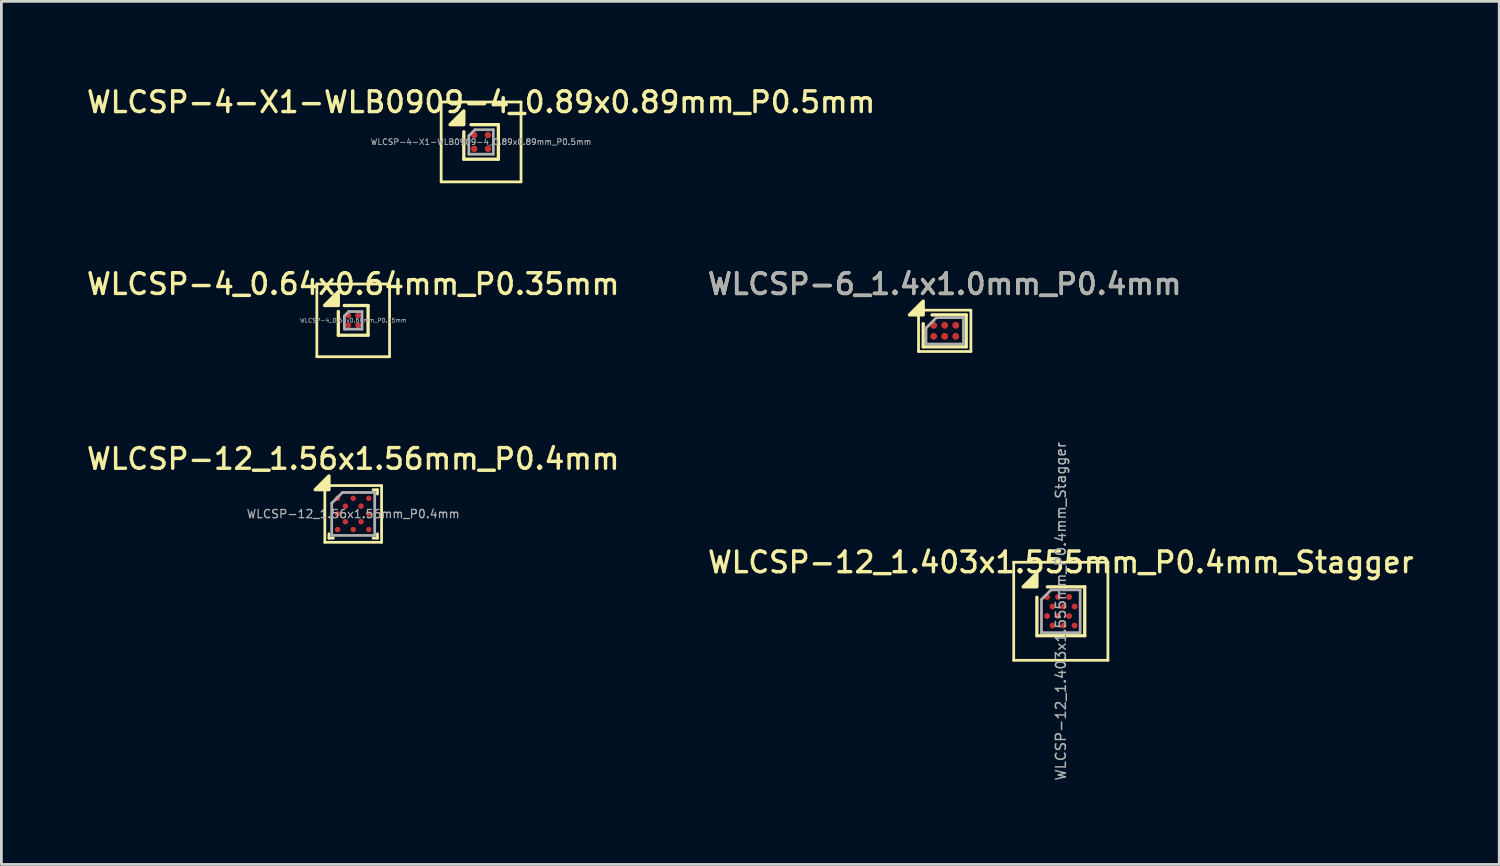
<source format=kicad_pcb>
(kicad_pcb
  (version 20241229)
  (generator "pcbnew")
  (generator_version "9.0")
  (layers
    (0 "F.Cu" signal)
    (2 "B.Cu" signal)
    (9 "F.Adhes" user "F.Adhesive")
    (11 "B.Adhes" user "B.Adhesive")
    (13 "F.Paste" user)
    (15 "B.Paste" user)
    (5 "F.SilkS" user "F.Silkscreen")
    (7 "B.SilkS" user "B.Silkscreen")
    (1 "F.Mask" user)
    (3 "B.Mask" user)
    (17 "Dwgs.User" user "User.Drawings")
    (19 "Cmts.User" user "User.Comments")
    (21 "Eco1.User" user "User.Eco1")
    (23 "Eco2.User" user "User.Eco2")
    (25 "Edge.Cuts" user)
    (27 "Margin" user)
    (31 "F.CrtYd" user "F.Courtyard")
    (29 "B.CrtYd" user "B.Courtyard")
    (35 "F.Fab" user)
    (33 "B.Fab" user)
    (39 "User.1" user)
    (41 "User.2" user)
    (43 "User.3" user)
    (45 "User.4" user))
  (footprint "WLCSP-12_1.56x1.56mm_P0.4mm"
    (layer "F.Cu")
    (at 9.773 15.609)
    (property "Reference" "WLCSP-12_1.56x1.56mm_P0.4mm" (at 0 -2 0) (layer "F.SilkS") (effects (font (size 0.75 0.75) (thickness 0.125))))
    (attr smd)
    (fp_line (start -1.03 -1.03) (end -1.03 1.03) (stroke (width 0.1) (type solid)) (layer "F.SilkS"))
    (fp_line (start -1.03 -1.03) (end 1.03 -1.03) (stroke (width 0.1) (type solid)) (layer "F.SilkS"))
    (fp_line (start -1.03 1.03) (end 1.03 1.03) (stroke (width 0.1) (type solid)) (layer "F.SilkS"))
    (fp_line (start -0.88 0.88) (end -0.88 0.72) (stroke (width 0.1) (type solid)) (layer "F.SilkS"))
    (fp_line (start -0.88 0.88) (end -0.72 0.88) (stroke (width 0.1) (type solid)) (layer "F.SilkS"))
    (fp_line (start 0.88 -0.88) (end 0.72 -0.88) (stroke (width 0.1) (type solid)) (layer "F.SilkS"))
    (fp_line (start 0.88 -0.88) (end 0.88 -0.72) (stroke (width 0.1) (type solid)) (layer "F.SilkS"))
    (fp_line (start 0.88 0.88) (end 0.72 0.88) (stroke (width 0.1) (type solid)) (layer "F.SilkS"))
    (fp_line (start 0.88 0.88) (end 0.88 0.72) (stroke (width 0.1) (type solid)) (layer "F.SilkS"))
    (fp_line (start 1.03 -1.03) (end 1.03 1.03) (stroke (width 0.1) (type solid)) (layer "F.SilkS"))
    (fp_poly (pts (xy -0.88 -0.88) (xy -1.38 -0.88) (xy -0.88 -1.38) (xy -0.88 -0.88)) (stroke (width 0.12) (type solid)) (fill yes) (layer "F.SilkS"))
    (fp_line (start -0.78 -0.39) (end -0.39 -0.78) (stroke (width 0.1) (type solid)) (layer "F.Fab"))
    (fp_line (start -0.78 0.78) (end -0.78 -0.39) (stroke (width 0.1) (type solid)) (layer "F.Fab"))
    (fp_line (start -0.39 -0.78) (end 0.78 -0.78) (stroke (width 0.1) (type solid)) (layer "F.Fab"))
    (fp_line (start 0.78 0.78) (end -0.78 0.78) (stroke (width 0.1) (type solid)) (layer "F.Fab"))
    (fp_line (start 0.78 0.78) (end 0.78 -0.78) (stroke (width 0.1) (type solid)) (layer "F.Fab"))
    (fp_text user "${REFERENCE}" (at 0 0 0) (layer "F.Fab") (effects (font (size 0.3 0.3) (thickness 0.045))))
    (pad "A1" smd circle (at -0.566 -0.566) (size 0.2 0.2) (property pad_prop_bga) (layers "F.Cu" "F.Mask" "F.Paste"))
    (pad "A3" smd circle (at 0 -0.566) (size 0.2 0.2) (property pad_prop_bga) (layers "F.Cu" "F.Mask" "F.Paste"))
    (pad "A5" smd circle (at 0.566 -0.566) (size 0.2 0.2) (property pad_prop_bga) (layers "F.Cu" "F.Mask" "F.Paste"))
    (pad "B2" smd circle (at -0.283 -0.283) (size 0.2 0.2) (property pad_prop_bga) (layers "F.Cu" "F.Mask" "F.Paste"))
    (pad "B4" smd circle (at 0.283 -0.283) (size 0.2 0.2) (property pad_prop_bga) (layers "F.Cu" "F.Mask" "F.Paste"))
    (pad "C1" smd circle (at -0.566 0) (size 0.2 0.2) (property pad_prop_bga) (layers "F.Cu" "F.Mask" "F.Paste"))
    (pad "C5" smd circle (at 0.566 0) (size 0.2 0.2) (property pad_prop_bga) (layers "F.Cu" "F.Mask" "F.Paste"))
    (pad "D2" smd circle (at -0.283 0.283) (size 0.2 0.2) (property pad_prop_bga) (layers "F.Cu" "F.Mask" "F.Paste"))
    (pad "D4" smd circle (at 0.283 0.283) (size 0.2 0.2) (property pad_prop_bga) (layers "F.Cu" "F.Mask" "F.Paste"))
    (pad "E1" smd circle (at -0.566 0.566) (size 0.2 0.2) (property pad_prop_bga) (layers "F.Cu" "F.Mask" "F.Paste"))
    (pad "E3" smd circle (at 0 0.566) (size 0.2 0.2) (property pad_prop_bga) (layers "F.Cu" "F.Mask" "F.Paste"))
    (pad "E5" smd circle (at 0.566 0.566) (size 0.2 0.2) (property pad_prop_bga) (layers "F.Cu" "F.Mask" "F.Paste")))
  (footprint "WLCSP-12_1.403x1.555mm_P0.4mm_Stagger"
    (layer "F.Cu")
    (at 35.463 19.142)
    (property "Reference" "WLCSP-12_1.403x1.555mm_P0.4mm_Stagger" (at 0 -1.778 0) (layer "F.SilkS") (effects (font (size 0.75 0.75) (thickness 0.125))))
    (attr smd)
    (fp_line (start -1.71 -1.78) (end -1.71 1.78) (stroke (width 0.1) (type solid)) (layer "F.SilkS"))
    (fp_line (start -1.71 1.78) (end 1.71 1.78) (stroke (width 0.1) (type solid)) (layer "F.SilkS"))
    (fp_line (start -0.868 0.887) (end -0.868 -0.509) (stroke (width 0.12) (type solid)) (layer "F.SilkS"))
    (fp_line (start -0.489 -0.887) (end 0.868 -0.887) (stroke (width 0.12) (type solid)) (layer "F.SilkS"))
    (fp_line (start 0.868 -0.887) (end 0.868 0.887) (stroke (width 0.12) (type solid)) (layer "F.SilkS"))
    (fp_line (start 0.868 0.887) (end -0.868 0.887) (stroke (width 0.12) (type solid)) (layer "F.SilkS"))
    (fp_line (start 1.71 -1.78) (end -1.71 -1.78) (stroke (width 0.1) (type solid)) (layer "F.SilkS"))
    (fp_line (start 1.71 1.78) (end 1.71 -1.78) (stroke (width 0.1) (type solid)) (layer "F.SilkS"))
    (fp_poly (pts (xy -0.868 -0.887) (xy -1.367 -0.887) (xy -0.868 -1.387) (xy -0.868 -0.887)) (stroke (width 0.12) (type solid)) (fill yes) (layer "F.SilkS"))
    (fp_line (start -0.702 -0.427) (end -0.351 -0.777) (stroke (width 0.1) (type solid)) (layer "F.Fab"))
    (fp_line (start -0.702 0.777) (end -0.702 -0.427) (stroke (width 0.1) (type solid)) (layer "F.Fab"))
    (fp_line (start -0.351 -0.777) (end 0.702 -0.777) (stroke (width 0.1) (type solid)) (layer "F.Fab"))
    (fp_line (start 0.702 -0.777) (end 0.702 0.777) (stroke (width 0.1) (type solid)) (layer "F.Fab"))
    (fp_line (start 0.702 0.777) (end -0.702 0.777) (stroke (width 0.1) (type solid)) (layer "F.Fab"))
    (fp_text user "${REFERENCE}" (at 0 0 270) (layer "F.Fab") (effects (font (size 0.36 0.36) (thickness 0.054))))
    (pad "A1" smd circle (at -0.5 -0.519) (size 0.215 0.215) (property pad_prop_bga) (layers "F.Cu" "F.Mask" "F.Paste"))
    (pad "A3" smd circle (at -0.1 -0.519) (size 0.215 0.215) (property pad_prop_bga) (layers "F.Cu" "F.Mask" "F.Paste"))
    (pad "A5" smd circle (at 0.3 -0.519) (size 0.215 0.215) (property pad_prop_bga) (layers "F.Cu" "F.Mask" "F.Paste"))
    (pad "B2" smd circle (at -0.3 -0.173) (size 0.215 0.215) (property pad_prop_bga) (layers "F.Cu" "F.Mask" "F.Paste"))
    (pad "B4" smd circle (at 0.1 -0.173) (size 0.215 0.215) (property pad_prop_bga) (layers "F.Cu" "F.Mask" "F.Paste"))
    (pad "B6" smd circle (at 0.5 -0.173) (size 0.215 0.215) (property pad_prop_bga) (layers "F.Cu" "F.Mask" "F.Paste"))
    (pad "C1" smd circle (at -0.5 0.173) (size 0.215 0.215) (property pad_prop_bga) (layers "F.Cu" "F.Mask" "F.Paste"))
    (pad "C3" smd circle (at -0.1 0.173) (size 0.215 0.215) (property pad_prop_bga) (layers "F.Cu" "F.Mask" "F.Paste"))
    (pad "C5" smd circle (at 0.3 0.173) (size 0.215 0.215) (property pad_prop_bga) (layers "F.Cu" "F.Mask" "F.Paste"))
    (pad "D2" smd circle (at -0.3 0.519) (size 0.215 0.215) (property pad_prop_bga) (layers "F.Cu" "F.Mask" "F.Paste"))
    (pad "D4" smd circle (at 0.1 0.519) (size 0.215 0.215) (property pad_prop_bga) (layers "F.Cu" "F.Mask" "F.Paste"))
    (pad "D6" smd circle (at 0.5 0.519) (size 0.215 0.215) (property pad_prop_bga) (layers "F.Cu" "F.Mask" "F.Paste")))
  (footprint "WLCSP-6_1.4x1.0mm_P0.4mm"
    (layer "F.Cu")
    (at 31.248 8.961)
    (property "Reference" "WLCSP-6_1.4x1.0mm_P0.4mm" (at 0 -1.7 0) (layer "F.SilkS") (effects (font (size 0.75 0.75) (thickness 0.125))))
    (attr smd)
    (fp_line (start -0.95 -0.75) (end 0.95 -0.75) (stroke (width 0.1) (type solid)) (layer "F.SilkS"))
    (fp_line (start -0.95 0.75) (end -0.95 -0.75) (stroke (width 0.1) (type solid)) (layer "F.SilkS"))
    (fp_line (start -0.78 0.58) (end -0.78 -0.26) (stroke (width 0.12) (type solid)) (layer "F.SilkS"))
    (fp_line (start -0.46 -0.58) (end 0.78 -0.58) (stroke (width 0.12) (type solid)) (layer "F.SilkS"))
    (fp_line (start 0.78 -0.58) (end 0.78 0.58) (stroke (width 0.12) (type solid)) (layer "F.SilkS"))
    (fp_line (start 0.78 0.58) (end -0.78 0.58) (stroke (width 0.12) (type solid)) (layer "F.SilkS"))
    (fp_line (start 0.95 -0.75) (end 0.95 0.75) (stroke (width 0.1) (type solid)) (layer "F.SilkS"))
    (fp_line (start 0.95 0.75) (end -0.95 0.75) (stroke (width 0.1) (type solid)) (layer "F.SilkS"))
    (fp_poly (pts (xy -0.78 -0.58) (xy -1.28 -0.58) (xy -0.78 -1.08) (xy -0.78 -0.58)) (stroke (width 0.12) (type solid)) (fill yes) (layer "F.SilkS"))
    (fp_line (start -0.68 -0.1) (end -0.3 -0.48) (stroke (width 0.1) (type solid)) (layer "F.Fab"))
    (fp_line (start -0.68 0.48) (end -0.68 -0.1) (stroke (width 0.1) (type solid)) (layer "F.Fab"))
    (fp_line (start -0.3 -0.48) (end 0.68 -0.48) (stroke (width 0.1) (type solid)) (layer "F.Fab"))
    (fp_line (start 0.68 -0.48) (end 0.68 0.48) (stroke (width 0.1) (type solid)) (layer "F.Fab"))
    (fp_line (start 0.68 0.48) (end -0.68 0.48) (stroke (width 0.1) (type solid)) (layer "F.Fab"))
    (fp_text user "${REFERENCE}" (at 0 -1.7 0) (layer "F.Fab") (effects (font (size 0.75 0.75) (thickness 0.125))))
    (pad "A1" smd circle (at -0.4 -0.2 90) (size 0.25 0.25) (property pad_prop_bga) (layers "F.Cu" "F.Mask" "F.Paste"))
    (pad "A2" smd circle (at -0.4 0.2 90) (size 0.25 0.25) (property pad_prop_bga) (layers "F.Cu" "F.Mask" "F.Paste"))
    (pad "B1" smd circle (at 0 -0.2 90) (size 0.25 0.25) (property pad_prop_bga) (layers "F.Cu" "F.Mask" "F.Paste"))
    (pad "B2" smd circle (at 0 0.2 90) (size 0.25 0.25) (property pad_prop_bga) (layers "F.Cu" "F.Mask" "F.Paste"))
    (pad "C1" smd circle (at 0.4 -0.2 90) (size 0.25 0.25) (property pad_prop_bga) (layers "F.Cu" "F.Mask" "F.Paste"))
    (pad "C2" smd circle (at 0.4 0.2 90) (size 0.25 0.25) (property pad_prop_bga) (layers "F.Cu" "F.Mask" "F.Paste")))
  (footprint "WLCSP-4-X1-WLB0909-4_0.89x0.89mm_P0.5mm"
    (layer "F.Cu")
    (at 14.416 2.103)
    (property "Reference" "WLCSP-4-X1-WLB0909-4_0.89x0.89mm_P0.5mm" (at 0 -1.445 0) (layer "F.SilkS") (effects (font (size 0.75 0.75) (thickness 0.125))))
    (attr smd)
    (fp_line (start -1.45 -1.45) (end -1.45 1.45) (stroke (width 0.1) (type solid)) (layer "F.SilkS"))
    (fp_line (start -1.45 1.45) (end 1.45 1.45) (stroke (width 0.1) (type solid)) (layer "F.SilkS"))
    (fp_line (start -0.627 0.627) (end -0.627 -0.369) (stroke (width 0.12) (type solid)) (layer "F.SilkS"))
    (fp_line (start -0.369 -0.627) (end 0.627 -0.627) (stroke (width 0.12) (type solid)) (layer "F.SilkS"))
    (fp_line (start 0.627 -0.627) (end 0.627 0.627) (stroke (width 0.12) (type solid)) (layer "F.SilkS"))
    (fp_line (start 0.627 0.627) (end -0.627 0.627) (stroke (width 0.12) (type solid)) (layer "F.SilkS"))
    (fp_line (start 1.45 -1.45) (end -1.45 -1.45) (stroke (width 0.1) (type solid)) (layer "F.SilkS"))
    (fp_line (start 1.45 1.45) (end 1.45 -1.45) (stroke (width 0.1) (type solid)) (layer "F.SilkS"))
    (fp_poly (pts (xy -0.627 -0.627) (xy -1.127 -0.627) (xy -0.627 -1.127) (xy -0.627 -0.627)) (stroke (width 0.12) (type solid)) (fill yes) (layer "F.SilkS"))
    (fp_line (start -0.445 -0.223) (end -0.223 -0.445) (stroke (width 0.1) (type solid)) (layer "F.Fab"))
    (fp_line (start -0.445 0.445) (end -0.445 -0.223) (stroke (width 0.1) (type solid)) (layer "F.Fab"))
    (fp_line (start -0.223 -0.445) (end 0.445 -0.445) (stroke (width 0.1) (type solid)) (layer "F.Fab"))
    (fp_line (start 0.445 -0.445) (end 0.445 0.445) (stroke (width 0.1) (type solid)) (layer "F.Fab"))
    (fp_line (start 0.445 0.445) (end -0.445 0.445) (stroke (width 0.1) (type solid)) (layer "F.Fab"))
    (fp_text user "${REFERENCE}" (at 0 0 0) (layer "F.Fab") (effects (font (size 0.21 0.21) (thickness 0.032))))
    (pad "A1" smd circle (at -0.25 -0.25) (size 0.235 0.235) (property pad_prop_bga) (layers "F.Cu" "F.Mask" "F.Paste"))
    (pad "A2" smd circle (at 0.25 -0.25) (size 0.235 0.235) (property pad_prop_bga) (layers "F.Cu" "F.Mask" "F.Paste"))
    (pad "B1" smd circle (at -0.25 0.25) (size 0.235 0.235) (property pad_prop_bga) (layers "F.Cu" "F.Mask" "F.Paste"))
    (pad "B2" smd circle (at 0.25 0.25) (size 0.235 0.235) (property pad_prop_bga) (layers "F.Cu" "F.Mask" "F.Paste")))
  (footprint "WLCSP-4_0.64x0.64mm_P0.35mm"
    (layer "F.Cu")
    (at 9.773 8.581)
    (property "Reference" "WLCSP-4_0.64x0.64mm_P0.35mm" (at 0 -1.32 0) (layer "F.SilkS") (effects (font (size 0.75 0.75) (thickness 0.125))))
    (attr smd)
    (fp_line (start -1.32 -1.32) (end -1.32 1.32) (stroke (width 0.1) (type solid)) (layer "F.SilkS"))
    (fp_line (start -1.32 1.32) (end 1.32 1.32) (stroke (width 0.1) (type solid)) (layer "F.SilkS"))
    (fp_line (start -0.54 0.54) (end -0.54 -0.325) (stroke (width 0.12) (type solid)) (layer "F.SilkS"))
    (fp_line (start -0.325 -0.54) (end 0.54 -0.54) (stroke (width 0.12) (type solid)) (layer "F.SilkS"))
    (fp_line (start 0.54 -0.54) (end 0.54 0.54) (stroke (width 0.12) (type solid)) (layer "F.SilkS"))
    (fp_line (start 0.54 0.54) (end -0.54 0.54) (stroke (width 0.12) (type solid)) (layer "F.SilkS"))
    (fp_line (start 1.32 -1.32) (end -1.32 -1.32) (stroke (width 0.1) (type solid)) (layer "F.SilkS"))
    (fp_line (start 1.32 1.32) (end 1.32 -1.32) (stroke (width 0.1) (type solid)) (layer "F.SilkS"))
    (fp_poly (pts (xy -0.54 -0.54) (xy -1.04 -0.54) (xy -0.54 -1.04) (xy -0.54 -0.54)) (stroke (width 0.12) (type solid)) (fill yes) (layer "F.SilkS"))
    (fp_line (start -0.32 -0.16) (end -0.16 -0.32) (stroke (width 0.1) (type solid)) (layer "F.Fab"))
    (fp_line (start -0.32 0.32) (end -0.32 -0.16) (stroke (width 0.1) (type solid)) (layer "F.Fab"))
    (fp_line (start -0.16 -0.32) (end 0.32 -0.32) (stroke (width 0.1) (type solid)) (layer "F.Fab"))
    (fp_line (start 0.32 -0.32) (end 0.32 0.32) (stroke (width 0.1) (type solid)) (layer "F.Fab"))
    (fp_line (start 0.32 0.32) (end -0.32 0.32) (stroke (width 0.1) (type solid)) (layer "F.Fab"))
    (fp_text user "${REFERENCE}" (at 0 0 0) (layer "F.Fab") (effects (font (size 0.15 0.15) (thickness 0.022))))
    (pad "A1" smd circle (at -0.175 -0.175) (size 0.21 0.21) (property pad_prop_bga) (layers "F.Cu" "F.Mask" "F.Paste"))
    (pad "A2" smd circle (at 0.175 -0.175) (size 0.21 0.21) (property pad_prop_bga) (layers "F.Cu" "F.Mask" "F.Paste"))
    (pad "B1" smd circle (at -0.175 0.175) (size 0.21 0.21) (property pad_prop_bga) (layers "F.Cu" "F.Mask" "F.Paste"))
    (pad "B2" smd circle (at 0.175 0.175) (size 0.21 0.21) (property pad_prop_bga) (layers "F.Cu" "F.Mask" "F.Paste")))
  (gr_rect
    (start -3 -3)
    (end 51.379 28.333)
    (stroke (width 0.1) (type default))
    (fill no)
    (layer "Edge.Cuts")))
</source>
